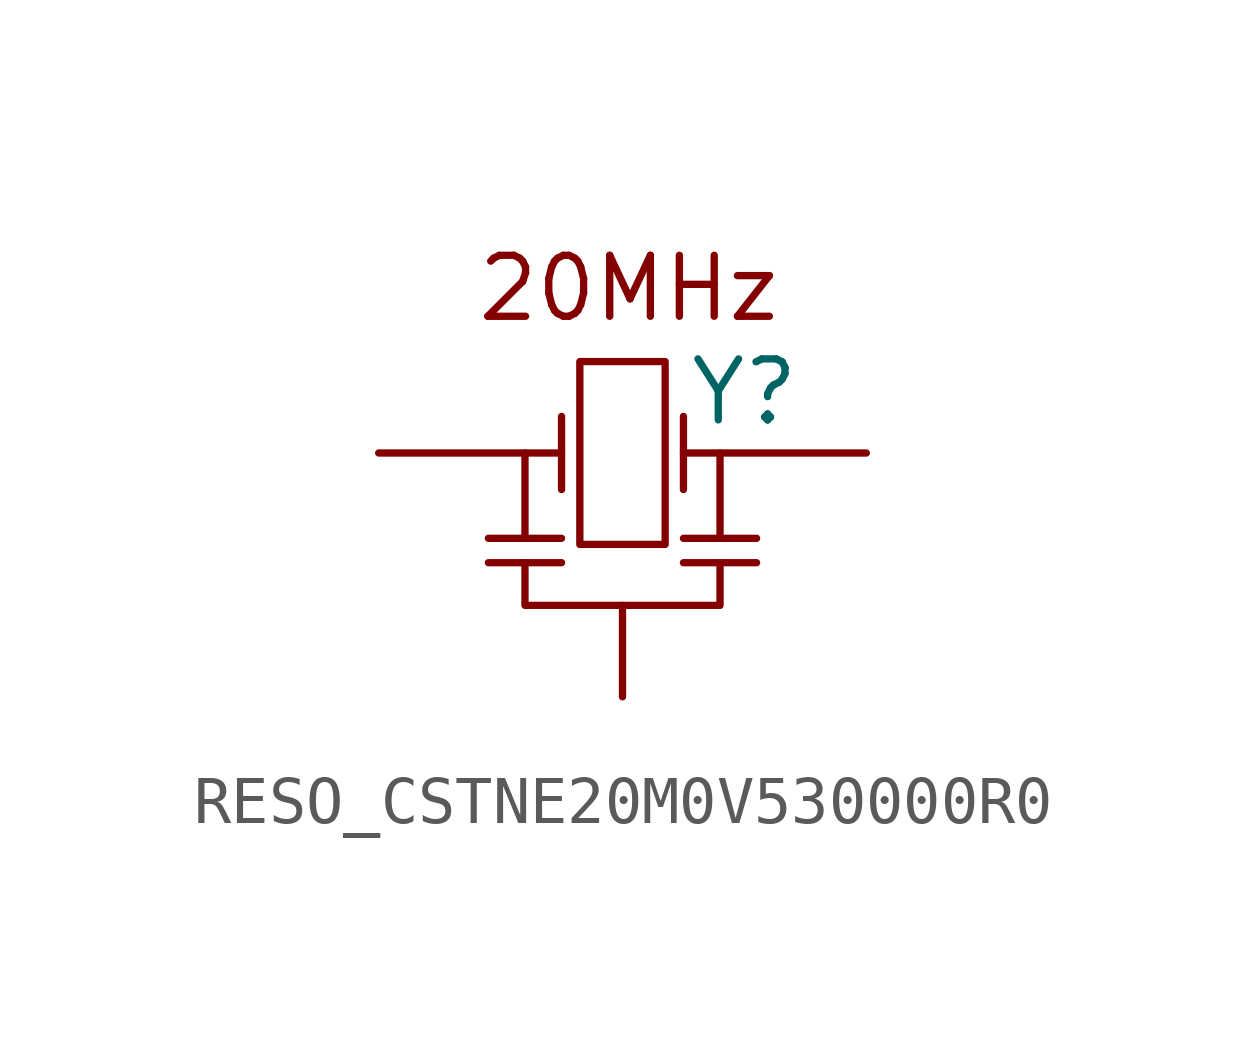
<source format=kicad_sym>
(kicad_symbol_lib
  (version 20211014)
  (generator kicad_symbol_editor)
  (symbol "RESO_CSTNE20M0V530000R0"
    (pin_numbers hide)
    (pin_names
      (offset 1.016) hide)
    (property "Reference" "Y"
      (at 2.54 1.27 0)
      (effects (font (size 1.27 1.27))))
    (symbol "RESO_CSTNE20M0V530000R0_0_0"
      (rectangle (start -0.889 1.905) (end 0.889 -1.905) (stroke (width 0) (type default) (color 0 0 0 0)) (fill (type none)))
      (polyline (pts (xy -2.794 -2.286) (xy -1.27 -2.286)) (stroke (width 0) (type default) (color 0 0 0 0)) (fill (type none)))
      (polyline (pts (xy -2.794 -1.778) (xy -1.27 -1.778)) (stroke (width 0) (type default) (color 0 0 0 0)) (fill (type none)))
      (polyline (pts (xy -2.032 0) (xy -2.032 -1.778)) (stroke (width 0) (type default) (color 0 0 0 0)) (fill (type none)))
      (polyline (pts (xy -1.27 0.762) (xy -1.27 -0.762)) (stroke (width 0) (type default) (color 0 0 0 0)) (fill (type none)))
      (polyline (pts (xy 1.27 0.762) (xy 1.27 -0.762)) (stroke (width 0) (type default) (color 0 0 0 0)) (fill (type none)))
      (polyline (pts (xy 2.032 -2.286) (xy 2.032 -3.175) (xy -2.032 -3.175) (xy -2.032 -2.286)) (stroke (width 0) (type default) (color 0 0 0 0)) (fill (type none)))
      (text "20MHz" (at 0.127 3.429 0) (effects (font (size 1.27 1.27)))))
    (symbol "RESO_CSTNE20M0V530000R0_1_1"
      (polyline (pts (xy 1.27 -2.286) (xy 2.794 -2.286)) (stroke (width 0) (type default) (color 0 0 0 0)) (fill (type none)))
      (polyline (pts (xy 1.27 -1.778) (xy 2.794 -1.778)) (stroke (width 0) (type default) (color 0 0 0 0)) (fill (type none)))
      (polyline (pts (xy 2.032 0) (xy 2.032 -1.778)) (stroke (width 0) (type default) (color 0 0 0 0)) (fill (type none)))
      (pin passive line (at -5.08 0 0) (length 3.81) (name "Input" (effects (font (size 1.27 1.27)))) (number "1" (effects (font (size 1.27 1.27)))))
      (pin passive line (at 0 -5.08 90) (length 1.905) (name "GND" (effects (font (size 1.27 1.27)))) (number "2" (effects (font (size 1.27 1.27)))))
      (pin passive line (at 5.08 0 180) (length 3.81) (name "Output" (effects (font (size 1.27 1.27)))) (number "3" (effects (font (size 1.27 1.27))))))))
</source>
